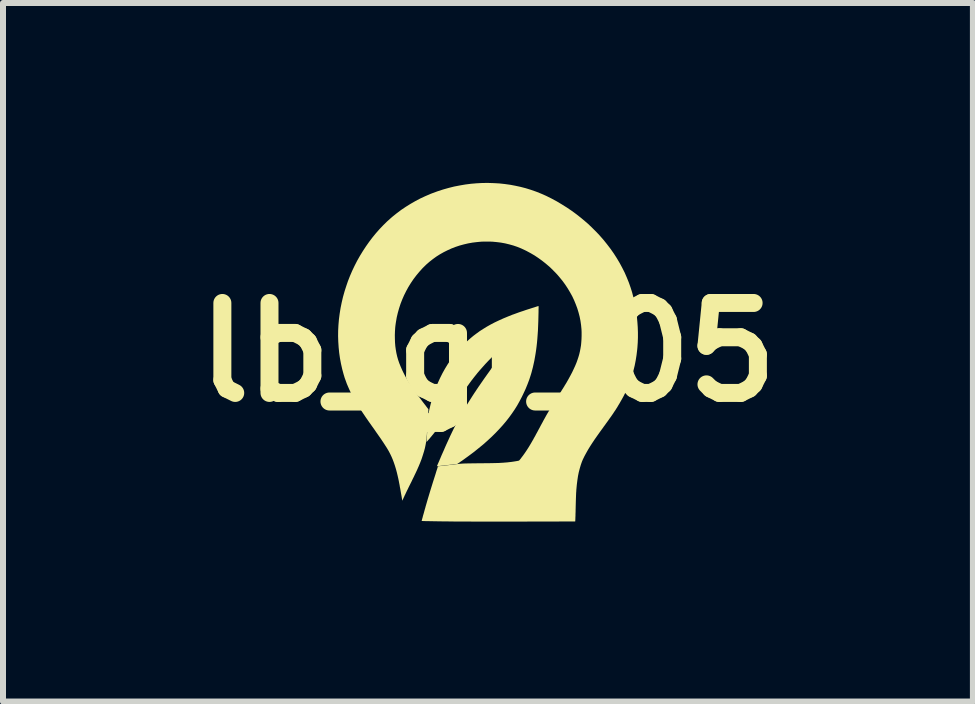
<source format=kicad_pcb>
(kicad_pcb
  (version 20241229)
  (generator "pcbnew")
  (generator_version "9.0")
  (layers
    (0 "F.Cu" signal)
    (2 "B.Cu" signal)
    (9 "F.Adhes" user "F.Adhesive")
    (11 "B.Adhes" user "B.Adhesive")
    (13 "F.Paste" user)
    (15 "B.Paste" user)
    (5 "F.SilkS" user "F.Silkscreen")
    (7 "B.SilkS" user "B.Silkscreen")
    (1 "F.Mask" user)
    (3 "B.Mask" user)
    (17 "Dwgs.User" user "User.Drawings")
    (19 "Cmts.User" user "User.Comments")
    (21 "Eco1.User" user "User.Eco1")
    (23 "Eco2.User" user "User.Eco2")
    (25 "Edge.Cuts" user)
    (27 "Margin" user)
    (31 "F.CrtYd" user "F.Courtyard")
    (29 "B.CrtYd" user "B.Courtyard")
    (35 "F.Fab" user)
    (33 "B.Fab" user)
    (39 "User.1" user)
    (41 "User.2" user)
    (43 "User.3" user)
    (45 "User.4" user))
  (footprint "lb_gr_05"
    (layer "F.Cu")
    (at 5.086 2.823)
    (property "Reference" "lb_gr_05" (at 0 0 0) (layer "F.SilkS") (effects (font (size 1.5 1.5) (thickness 0.3))))
    (attr board_only exclude_from_pos_files exclude_from_bom)
    (fp_poly (pts (xy 0.842 -0.77) (xy 0.843 -0.769) (xy 0.843 -0.767) (xy 0.843 -0.764) (xy 0.844 -0.759) (xy 0.844 -0.752) (xy 0.844 -0.743) (xy 0.844 -0.731) (xy 0.843 -0.717) (xy 0.843 -0.699) (xy 0.843 -0.678) (xy 0.843 -0.678) (xy 0.841 -0.594) (xy 0.839 -0.514) (xy 0.836 -0.437) (xy 0.833 -0.363) (xy 0.828 -0.292) (xy 0.823 -0.224) (xy 0.817 -0.158) (xy 0.81 -0.095) (xy 0.802 -0.033) (xy 0.793 0.026) (xy 0.783 0.084) (xy 0.773 0.14) (xy 0.761 0.195) (xy 0.749 0.249) (xy 0.735 0.302) (xy 0.724 0.344) (xy 0.712 0.383) (xy 0.7 0.42) (xy 0.688 0.457) (xy 0.674 0.494) (xy 0.66 0.531) (xy 0.645 0.568) (xy 0.629 0.607) (xy 0.611 0.647) (xy 0.591 0.689) (xy 0.57 0.733) (xy 0.56 0.753) (xy 0.524 0.821) (xy 0.486 0.889) (xy 0.444 0.956) (xy 0.399 1.022) (xy 0.351 1.088) (xy 0.3 1.153) (xy 0.245 1.218) (xy 0.187 1.282) (xy 0.126 1.346) (xy 0.061 1.41) (xy -0.007 1.473) (xy -0.078 1.536) (xy -0.154 1.598) (xy -0.232 1.661) (xy -0.315 1.723) (xy -0.384 1.773) (xy -0.396 1.782) (xy -0.41 1.792) (xy -0.424 1.802) (xy -0.438 1.812) (xy -0.452 1.821) (xy -0.465 1.83) (xy -0.477 1.839) (xy -0.488 1.846) (xy -0.497 1.852) (xy -0.504 1.857) (xy -0.509 1.86) (xy -0.511 1.862) (xy -0.513 1.862) (xy -0.519 1.863) (xy -0.527 1.864) (xy -0.538 1.865) (xy -0.552 1.867) (xy -0.568 1.868) (xy -0.585 1.871) (xy -0.604 1.873) (xy -0.624 1.875) (xy -0.645 1.878) (xy -0.667 1.88) (xy -0.689 1.883) (xy -0.71 1.885) (xy -0.731 1.888) (xy -0.752 1.89) (xy -0.771 1.892) (xy -0.789 1.894) (xy -0.805 1.896) (xy -0.82 1.898) (xy -0.832 1.899) (xy -0.841 1.9) (xy -0.847 1.901) (xy -0.85 1.901) (xy -0.85 1.901) (xy -0.851 1.9) (xy -0.851 1.898) (xy -0.85 1.896) (xy -0.847 1.89) (xy -0.844 1.882) (xy -0.839 1.871) (xy -0.834 1.858) (xy -0.827 1.843) (xy -0.82 1.827) (xy -0.812 1.809) (xy -0.804 1.789) (xy -0.795 1.769) (xy -0.787 1.749) (xy -0.778 1.728) (xy -0.769 1.707) (xy -0.76 1.687) (xy -0.751 1.667) (xy -0.743 1.649) (xy -0.735 1.631) (xy -0.728 1.615) (xy -0.723 1.602) (xy -0.692 1.532) (xy -0.661 1.465) (xy -0.632 1.401) (xy -0.603 1.34) (xy -0.574 1.28) (xy -0.545 1.223) (xy -0.517 1.167) (xy -0.488 1.112) (xy -0.458 1.058) (xy -0.428 1.005) (xy -0.397 0.951) (xy -0.365 0.898) (xy -0.331 0.843) (xy -0.296 0.788) (xy -0.26 0.731) (xy -0.223 0.674) (xy -0.209 0.654) (xy -0.196 0.634) (xy -0.183 0.614) (xy -0.169 0.594) (xy -0.156 0.574) (xy -0.141 0.553) (xy -0.126 0.531) (xy -0.111 0.509) (xy -0.094 0.485) (xy -0.077 0.46) (xy -0.058 0.433) (xy -0.038 0.405) (xy -0.017 0.375) (xy 0.006 0.343) (xy 0.031 0.308) (xy 0.057 0.271) (xy 0.085 0.231) (xy 0.111 0.196) (xy 0.137 0.159) (xy 0.162 0.123) (xy 0.187 0.087) (xy 0.212 0.053) (xy 0.235 0.02) (xy 0.257 -0.011) (xy 0.278 -0.041) (xy 0.298 -0.07) (xy 0.317 -0.097) (xy 0.335 -0.122) (xy 0.351 -0.145) (xy 0.365 -0.166) (xy 0.378 -0.185) (xy 0.389 -0.201) (xy 0.398 -0.215) (xy 0.406 -0.227) (xy 0.411 -0.235) (xy 0.414 -0.24) (xy 0.415 -0.241) (xy 0.415 -0.242) (xy 0.414 -0.241) (xy 0.413 -0.24) (xy 0.41 -0.238) (xy 0.406 -0.234) (xy 0.4 -0.229) (xy 0.392 -0.222) (xy 0.381 -0.213) (xy 0.373 -0.206) (xy 0.304 -0.144) (xy 0.238 -0.084) (xy 0.176 -0.025) (xy 0.116 0.033) (xy 0.059 0.089) (xy 0.005 0.144) (xy -0.046 0.198) (xy -0.094 0.252) (xy -0.14 0.304) (xy -0.184 0.356) (xy -0.185 0.358) (xy -0.2 0.377) (xy -0.215 0.395) (xy -0.229 0.413) (xy -0.244 0.432) (xy -0.259 0.452) (xy -0.275 0.472) (xy -0.291 0.494) (xy -0.308 0.517) (xy -0.325 0.541) (xy -0.343 0.566) (xy -0.363 0.593) (xy -0.383 0.623) (xy -0.405 0.654) (xy -0.428 0.687) (xy -0.453 0.723) (xy -0.479 0.761) (xy -0.508 0.802) (xy -0.538 0.845) (xy -0.55 0.864) (xy -0.581 0.91) (xy -0.611 0.952) (xy -0.638 0.992) (xy -0.664 1.029) (xy -0.688 1.064) (xy -0.711 1.097) (xy -0.733 1.127) (xy -0.754 1.157) (xy -0.774 1.184) (xy -0.793 1.21) (xy -0.812 1.235) (xy -0.83 1.259) (xy -0.847 1.282) (xy -0.865 1.305) (xy -0.882 1.327) (xy -0.9 1.349) (xy -0.917 1.371) (xy -0.919 1.373) (xy -0.93 1.386) (xy -0.941 1.4) (xy -0.953 1.414) (xy -0.964 1.427) (xy -0.975 1.441) (xy -0.986 1.453) (xy -0.996 1.464) (xy -1.004 1.474) (xy -1.012 1.483) (xy -1.018 1.489) (xy -1.022 1.493) (xy -1.024 1.495) (xy -1.024 1.495) (xy -1.024 1.493) (xy -1.024 1.488) (xy -1.023 1.48) (xy -1.023 1.469) (xy -1.022 1.457) (xy -1.021 1.444) (xy -1.021 1.44) (xy -1.02 1.426) (xy -1.019 1.409) (xy -1.017 1.39) (xy -1.016 1.37) (xy -1.015 1.348) (xy -1.014 1.327) (xy -1.012 1.307) (xy -1.012 1.303) (xy -1.01 1.267) (xy -1.008 1.234) (xy -1.007 1.205) (xy -1.005 1.178) (xy -1.004 1.155) (xy -1.002 1.133) (xy -1.001 1.114) (xy -0.999 1.097) (xy -0.998 1.082) (xy -0.997 1.067) (xy -0.995 1.054) (xy -0.994 1.042) (xy -0.992 1.03) (xy -0.99 1.019) (xy -0.988 1.008) (xy -0.986 0.997) (xy -0.984 0.985) (xy -0.981 0.972) (xy -0.978 0.959) (xy -0.975 0.944) (xy -0.953 0.853) (xy -0.928 0.764) (xy -0.9 0.677) (xy -0.869 0.592) (xy -0.835 0.509) (xy -0.798 0.428) (xy -0.759 0.35) (xy -0.716 0.273) (xy -0.671 0.199) (xy -0.623 0.128) (xy -0.572 0.059) (xy -0.519 -0.008) (xy -0.485 -0.047) (xy -0.466 -0.068) (xy -0.445 -0.09) (xy -0.422 -0.113) (xy -0.397 -0.137) (xy -0.371 -0.162) (xy -0.345 -0.186) (xy -0.318 -0.21) (xy -0.292 -0.233) (xy -0.266 -0.255) (xy -0.244 -0.273) (xy -0.191 -0.313) (xy -0.136 -0.353) (xy -0.078 -0.39) (xy -0.018 -0.427) (xy 0.046 -0.463) (xy 0.113 -0.498) (xy 0.183 -0.531) (xy 0.256 -0.564) (xy 0.333 -0.596) (xy 0.413 -0.628) (xy 0.426 -0.632) (xy 0.453 -0.642) (xy 0.483 -0.653) (xy 0.516 -0.665) (xy 0.551 -0.677) (xy 0.588 -0.689) (xy 0.625 -0.702) (xy 0.662 -0.714) (xy 0.7 -0.726) (xy 0.737 -0.738) (xy 0.773 -0.749) (xy 0.806 -0.76) (xy 0.838 -0.77) (xy 0.841 -0.77) (xy 0.841 -0.771)) (stroke (width 0) (type solid)) (fill yes) (layer "F.SilkS"))
    (fp_poly (pts (xy 0.093 -2.82) (xy 0.186 -2.815) (xy 0.279 -2.805) (xy 0.372 -2.792) (xy 0.451 -2.777) (xy 0.54 -2.758) (xy 0.629 -2.735) (xy 0.716 -2.708) (xy 0.802 -2.678) (xy 0.887 -2.644) (xy 0.971 -2.607) (xy 1.053 -2.566) (xy 1.061 -2.562) (xy 1.15 -2.514) (xy 1.235 -2.463) (xy 1.318 -2.411) (xy 1.399 -2.356) (xy 1.478 -2.298) (xy 1.555 -2.237) (xy 1.631 -2.173) (xy 1.677 -2.133) (xy 1.688 -2.123) (xy 1.7 -2.11) (xy 1.715 -2.097) (xy 1.731 -2.081) (xy 1.747 -2.065) (xy 1.764 -2.048) (xy 1.781 -2.031) (xy 1.798 -2.014) (xy 1.814 -1.998) (xy 1.829 -1.982) (xy 1.842 -1.969) (xy 1.853 -1.957) (xy 1.86 -1.949) (xy 1.925 -1.875) (xy 1.986 -1.799) (xy 2.044 -1.723) (xy 2.098 -1.646) (xy 2.148 -1.568) (xy 2.195 -1.489) (xy 2.238 -1.409) (xy 2.279 -1.328) (xy 2.315 -1.245) (xy 2.349 -1.161) (xy 2.378 -1.078) (xy 2.402 -1.002) (xy 2.423 -0.922) (xy 2.442 -0.841) (xy 2.458 -0.758) (xy 2.472 -0.674) (xy 2.483 -0.589) (xy 2.491 -0.503) (xy 2.497 -0.417) (xy 2.5 -0.331) (xy 2.5 -0.245) (xy 2.497 -0.16) (xy 2.491 -0.076) (xy 2.488 -0.045) (xy 2.477 0.046) (xy 2.463 0.135) (xy 2.446 0.222) (xy 2.425 0.307) (xy 2.401 0.391) (xy 2.374 0.473) (xy 2.343 0.553) (xy 2.31 0.633) (xy 2.289 0.677) (xy 2.276 0.702) (xy 2.262 0.73) (xy 2.246 0.759) (xy 2.229 0.79) (xy 2.211 0.821) (xy 2.193 0.853) (xy 2.174 0.884) (xy 2.156 0.915) (xy 2.138 0.943) (xy 2.129 0.958) (xy 2.119 0.973) (xy 2.109 0.987) (xy 2.099 1.002) (xy 2.089 1.018) (xy 2.078 1.034) (xy 2.066 1.051) (xy 2.054 1.069) (xy 2.04 1.088) (xy 2.025 1.109) (xy 2.009 1.132) (xy 1.991 1.157) (xy 1.971 1.184) (xy 1.95 1.214) (xy 1.926 1.246) (xy 1.922 1.253) (xy 1.893 1.292) (xy 1.867 1.328) (xy 1.843 1.362) (xy 1.82 1.394) (xy 1.8 1.423) (xy 1.78 1.451) (xy 1.763 1.477) (xy 1.746 1.502) (xy 1.731 1.525) (xy 1.716 1.548) (xy 1.702 1.57) (xy 1.689 1.591) (xy 1.676 1.612) (xy 1.664 1.633) (xy 1.657 1.645) (xy 1.639 1.677) (xy 1.622 1.708) (xy 1.607 1.736) (xy 1.594 1.763) (xy 1.582 1.787) (xy 1.573 1.809) (xy 1.566 1.825) (xy 1.547 1.88) (xy 1.53 1.938) (xy 1.514 1.999) (xy 1.501 2.063) (xy 1.491 2.13) (xy 1.482 2.2) (xy 1.479 2.23) (xy 1.477 2.252) (xy 1.475 2.274) (xy 1.473 2.295) (xy 1.472 2.318) (xy 1.47 2.341) (xy 1.469 2.365) (xy 1.468 2.39) (xy 1.467 2.417) (xy 1.466 2.446) (xy 1.465 2.478) (xy 1.464 2.512) (xy 1.463 2.55) (xy 1.462 2.59) (xy 1.462 2.597) (xy 1.461 2.624) (xy 1.461 2.651) (xy 1.46 2.677) (xy 1.459 2.701) (xy 1.459 2.724) (xy 1.458 2.745) (xy 1.457 2.763) (xy 1.457 2.779) (xy 1.456 2.792) (xy 1.456 2.802) (xy 1.455 2.809) (xy 1.455 2.81) (xy 1.454 2.821) (xy 1.145 2.822) (xy 1.076 2.822) (xy 1.006 2.823) (xy 0.936 2.823) (xy 0.866 2.823) (xy 0.795 2.823) (xy 0.725 2.823) (xy 0.655 2.823) (xy 0.585 2.824) (xy 0.516 2.824) (xy 0.448 2.824) (xy 0.381 2.824) (xy 0.315 2.824) (xy 0.25 2.824) (xy 0.187 2.824) (xy 0.126 2.824) (xy 0.066 2.824) (xy 0.009 2.824) (xy -0.046 2.824) (xy -0.098 2.824) (xy -0.148 2.824) (xy -0.195 2.824) (xy -0.239 2.824) (xy -0.28 2.823) (xy -0.317 2.823) (xy -0.343 2.823) (xy -0.379 2.823) (xy -0.416 2.823) (xy -0.454 2.822) (xy -0.493 2.822) (xy -0.531 2.822) (xy -0.57 2.822) (xy -0.609 2.821) (xy -0.648 2.821) (xy -0.686 2.82) (xy -0.724 2.82) (xy -0.761 2.82) (xy -0.797 2.819) (xy -0.832 2.819) (xy -0.866 2.818) (xy -0.898 2.818) (xy -0.929 2.817) (xy -0.957 2.817) (xy -0.984 2.816) (xy -1.009 2.816) (xy -1.031 2.816) (xy -1.051 2.815) (xy -1.068 2.815) (xy -1.082 2.814) (xy -1.093 2.814) (xy -1.101 2.814) (xy -1.105 2.813) (xy -1.106 2.813) (xy -1.105 2.811) (xy -1.104 2.806) (xy -1.102 2.798) (xy -1.099 2.787) (xy -1.096 2.774) (xy -1.091 2.758) (xy -1.087 2.741) (xy -1.082 2.722) (xy -1.076 2.702) (xy -1.07 2.681) (xy -1.064 2.659) (xy -1.058 2.637) (xy -1.052 2.615) (xy -1.045 2.593) (xy -1.043 2.583) (xy -1.003 2.445) (xy -0.961 2.306) (xy -0.918 2.167) (xy -0.873 2.026) (xy -0.87 2.016) (xy -0.865 1.999) (xy -0.86 1.983) (xy -0.855 1.967) (xy -0.85 1.953) (xy -0.846 1.941) (xy -0.843 1.93) (xy -0.841 1.923) (xy -0.84 1.922) (xy -0.837 1.913) (xy -0.834 1.906) (xy -0.832 1.902) (xy -0.831 1.901) (xy -0.829 1.901) (xy -0.823 1.901) (xy -0.815 1.9) (xy -0.803 1.898) (xy -0.788 1.897) (xy -0.771 1.895) (xy -0.752 1.892) (xy -0.731 1.89) (xy -0.708 1.887) (xy -0.684 1.885) (xy -0.658 1.882) (xy -0.637 1.879) (xy -0.605 1.875) (xy -0.575 1.872) (xy -0.549 1.869) (xy -0.526 1.866) (xy -0.505 1.864) (xy -0.487 1.862) (xy -0.471 1.86) (xy -0.457 1.859) (xy -0.444 1.858) (xy -0.433 1.857) (xy -0.423 1.856) (xy -0.414 1.856) (xy -0.405 1.855) (xy -0.4 1.855) (xy -0.393 1.855) (xy -0.381 1.854) (xy -0.367 1.854) (xy -0.349 1.854) (xy -0.33 1.853) (xy -0.308 1.853) (xy -0.284 1.853) (xy -0.258 1.852) (xy -0.231 1.852) (xy -0.203 1.852) (xy -0.174 1.851) (xy -0.144 1.851) (xy -0.132 1.851) (xy -0.09 1.851) (xy -0.052 1.85) (xy -0.017 1.85) (xy 0.016 1.85) (xy 0.045 1.849) (xy 0.073 1.849) (xy 0.097 1.848) (xy 0.12 1.848) (xy 0.142 1.847) (xy 0.162 1.847) (xy 0.18 1.846) (xy 0.198 1.845) (xy 0.215 1.844) (xy 0.232 1.843) (xy 0.248 1.842) (xy 0.265 1.841) (xy 0.282 1.839) (xy 0.288 1.839) (xy 0.323 1.836) (xy 0.358 1.832) (xy 0.393 1.828) (xy 0.427 1.823) (xy 0.458 1.818) (xy 0.487 1.813) (xy 0.491 1.812) (xy 0.499 1.811) (xy 0.506 1.809) (xy 0.511 1.808) (xy 0.515 1.807) (xy 0.519 1.804) (xy 0.523 1.801) (xy 0.528 1.796) (xy 0.533 1.789) (xy 0.54 1.781) (xy 0.549 1.77) (xy 0.552 1.765) (xy 0.584 1.723) (xy 0.616 1.678) (xy 0.649 1.629) (xy 0.682 1.577) (xy 0.715 1.522) (xy 0.749 1.463) (xy 0.756 1.452) (xy 0.762 1.439) (xy 0.769 1.427) (xy 0.776 1.414) (xy 0.784 1.401) (xy 0.792 1.386) (xy 0.8 1.37) (xy 0.81 1.352) (xy 0.821 1.332) (xy 0.833 1.31) (xy 0.846 1.285) (xy 0.859 1.262) (xy 0.877 1.227) (xy 0.895 1.194) (xy 0.911 1.165) (xy 0.925 1.138) (xy 0.939 1.113) (xy 0.952 1.09) (xy 0.964 1.068) (xy 0.975 1.048) (xy 0.986 1.029) (xy 0.997 1.01) (xy 1.008 0.992) (xy 1.019 0.973) (xy 1.031 0.955) (xy 1.042 0.936) (xy 1.047 0.928) (xy 1.054 0.917) (xy 1.062 0.904) (xy 1.07 0.891) (xy 1.078 0.877) (xy 1.085 0.866) (xy 1.091 0.856) (xy 1.099 0.843) (xy 1.108 0.828) (xy 1.119 0.812) (xy 1.13 0.793) (xy 1.142 0.774) (xy 1.155 0.755) (xy 1.167 0.735) (xy 1.178 0.717) (xy 1.196 0.689) (xy 1.212 0.664) (xy 1.226 0.641) (xy 1.239 0.62) (xy 1.251 0.602) (xy 1.261 0.585) (xy 1.271 0.57) (xy 1.279 0.555) (xy 1.288 0.541) (xy 1.296 0.528) (xy 1.304 0.515) (xy 1.31 0.505) (xy 1.344 0.445) (xy 1.375 0.388) (xy 1.404 0.333) (xy 1.429 0.28) (xy 1.453 0.228) (xy 1.474 0.178) (xy 1.492 0.128) (xy 1.508 0.08) (xy 1.522 0.032) (xy 1.533 -0.015) (xy 1.542 -0.062) (xy 1.55 -0.109) (xy 1.553 -0.135) (xy 1.555 -0.159) (xy 1.557 -0.186) (xy 1.559 -0.214) (xy 1.56 -0.244) (xy 1.561 -0.274) (xy 1.561 -0.304) (xy 1.561 -0.332) (xy 1.56 -0.359) (xy 1.559 -0.382) (xy 1.559 -0.383) (xy 1.552 -0.454) (xy 1.542 -0.524) (xy 1.528 -0.594) (xy 1.51 -0.663) (xy 1.489 -0.732) (xy 1.464 -0.799) (xy 1.436 -0.867) (xy 1.405 -0.933) (xy 1.369 -0.998) (xy 1.331 -1.062) (xy 1.289 -1.126) (xy 1.244 -1.188) (xy 1.195 -1.248) (xy 1.162 -1.287) (xy 1.152 -1.298) (xy 1.139 -1.312) (xy 1.125 -1.327) (xy 1.109 -1.343) (xy 1.093 -1.359) (xy 1.077 -1.376) (xy 1.061 -1.391) (xy 1.046 -1.406) (xy 1.033 -1.418) (xy 1.021 -1.429) (xy 1.021 -1.429) (xy 0.961 -1.48) (xy 0.9 -1.528) (xy 0.839 -1.572) (xy 0.776 -1.614) (xy 0.711 -1.652) (xy 0.644 -1.688) (xy 0.622 -1.699) (xy 0.558 -1.729) (xy 0.492 -1.756) (xy 0.425 -1.779) (xy 0.357 -1.798) (xy 0.287 -1.815) (xy 0.216 -1.828) (xy 0.143 -1.837) (xy 0.068 -1.844) (xy 0.055 -1.844) (xy 0.038 -1.845) (xy 0.02 -1.845) (xy -0.000456 -1.845) (xy -0.021 -1.845) (xy -0.042 -1.845) (xy -0.062 -1.845) (xy -0.081 -1.845) (xy -0.097 -1.844) (xy -0.108 -1.844) (xy -0.183 -1.837) (xy -0.258 -1.828) (xy -0.331 -1.815) (xy -0.403 -1.798) (xy -0.473 -1.779) (xy -0.542 -1.756) (xy -0.609 -1.73) (xy -0.675 -1.7) (xy -0.739 -1.668) (xy -0.801 -1.633) (xy -0.861 -1.595) (xy -0.919 -1.553) (xy -0.975 -1.509) (xy -1.029 -1.462) (xy -1.08 -1.412) (xy -1.093 -1.399) (xy -1.145 -1.341) (xy -1.195 -1.281) (xy -1.242 -1.219) (xy -1.286 -1.154) (xy -1.327 -1.088) (xy -1.364 -1.02) (xy -1.399 -0.95) (xy -1.43 -0.879) (xy -1.458 -0.807) (xy -1.482 -0.733) (xy -1.503 -0.659) (xy -1.521 -0.583) (xy -1.534 -0.507) (xy -1.535 -0.501) (xy -1.54 -0.468) (xy -1.544 -0.438) (xy -1.547 -0.408) (xy -1.549 -0.377) (xy -1.551 -0.346) (xy -1.552 -0.312) (xy -1.553 -0.289) (xy -1.552 -0.224) (xy -1.55 -0.162) (xy -1.545 -0.101) (xy -1.537 -0.043) (xy -1.527 0.014) (xy -1.514 0.071) (xy -1.498 0.127) (xy -1.479 0.182) (xy -1.456 0.239) (xy -1.431 0.296) (xy -1.42 0.319) (xy -1.407 0.346) (xy -1.393 0.373) (xy -1.379 0.4) (xy -1.364 0.427) (xy -1.348 0.454) (xy -1.331 0.482) (xy -1.313 0.51) (xy -1.294 0.54) (xy -1.274 0.57) (xy -1.252 0.602) (xy -1.229 0.636) (xy -1.204 0.671) (xy -1.177 0.708) (xy -1.148 0.747) (xy -1.117 0.788) (xy -1.084 0.832) (xy -1.057 0.867) (xy -1.046 0.881) (xy -1.035 0.895) (xy -1.026 0.908) (xy -1.017 0.919) (xy -1.01 0.929) (xy -1.004 0.936) (xy -1 0.942) (xy -0.998 0.944) (xy -0.993 0.951) (xy -0.997 1.015) (xy -0.998 1.032) (xy -1 1.051) (xy -1.001 1.073) (xy -1.002 1.095) (xy -1.004 1.118) (xy -1.005 1.14) (xy -1.006 1.161) (xy -1.007 1.162) (xy -1.009 1.2) (xy -1.011 1.235) (xy -1.013 1.266) (xy -1.014 1.294) (xy -1.016 1.319) (xy -1.017 1.342) (xy -1.018 1.362) (xy -1.019 1.379) (xy -1.021 1.395) (xy -1.022 1.409) (xy -1.023 1.422) (xy -1.023 1.433) (xy -1.024 1.442) (xy -1.025 1.451) (xy -1.026 1.459) (xy -1.027 1.467) (xy -1.028 1.474) (xy -1.029 1.481) (xy -1.029 1.482) (xy -1.039 1.538) (xy -1.051 1.596) (xy -1.067 1.655) (xy -1.086 1.716) (xy -1.107 1.78) (xy -1.132 1.845) (xy -1.155 1.9) (xy -1.162 1.916) (xy -1.169 1.931) (xy -1.175 1.946) (xy -1.182 1.961) (xy -1.189 1.977) (xy -1.197 1.993) (xy -1.205 2.011) (xy -1.214 2.029) (xy -1.224 2.05) (xy -1.234 2.072) (xy -1.246 2.096) (xy -1.259 2.122) (xy -1.273 2.152) (xy -1.289 2.184) (xy -1.292 2.19) (xy -1.309 2.224) (xy -1.324 2.254) (xy -1.337 2.282) (xy -1.35 2.307) (xy -1.361 2.33) (xy -1.371 2.351) (xy -1.38 2.371) (xy -1.389 2.388) (xy -1.396 2.405) (xy -1.404 2.421) (xy -1.411 2.437) (xy -1.414 2.443) (xy -1.428 2.475) (xy -1.432 2.454) (xy -1.433 2.448) (xy -1.435 2.438) (xy -1.437 2.426) (xy -1.439 2.411) (xy -1.442 2.395) (xy -1.445 2.379) (xy -1.448 2.361) (xy -1.449 2.357) (xy -1.456 2.316) (xy -1.462 2.279) (xy -1.469 2.245) (xy -1.474 2.213) (xy -1.48 2.184) (xy -1.485 2.157) (xy -1.49 2.132) (xy -1.495 2.108) (xy -1.5 2.086) (xy -1.505 2.064) (xy -1.51 2.043) (xy -1.515 2.022) (xy -1.518 2.009) (xy -1.534 1.949) (xy -1.551 1.893) (xy -1.569 1.84) (xy -1.588 1.789) (xy -1.609 1.74) (xy -1.631 1.694) (xy -1.655 1.648) (xy -1.681 1.604) (xy -1.689 1.591) (xy -1.701 1.572) (xy -1.713 1.554) (xy -1.725 1.535) (xy -1.737 1.517) (xy -1.749 1.498) (xy -1.763 1.478) (xy -1.776 1.458) (xy -1.791 1.436) (xy -1.807 1.413) (xy -1.824 1.389) (xy -1.842 1.363) (xy -1.862 1.335) (xy -1.883 1.304) (xy -1.906 1.271) (xy -1.932 1.235) (xy -1.933 1.234) (xy -1.955 1.202) (xy -1.976 1.173) (xy -1.995 1.146) (xy -2.012 1.121) (xy -2.029 1.097) (xy -2.044 1.075) (xy -2.058 1.054) (xy -2.072 1.033) (xy -2.086 1.013) (xy -2.091 1.005) (xy -2.13 0.946) (xy -2.166 0.889) (xy -2.2 0.833) (xy -2.231 0.78) (xy -2.259 0.727) (xy -2.286 0.676) (xy -2.31 0.626) (xy -2.332 0.576) (xy -2.353 0.527) (xy -2.371 0.477) (xy -2.389 0.428) (xy -2.404 0.378) (xy -2.407 0.368) (xy -2.431 0.279) (xy -2.451 0.19) (xy -2.468 0.099) (xy -2.481 0.008) (xy -2.49 -0.083) (xy -2.496 -0.176) (xy -2.499 -0.268) (xy -2.498 -0.362) (xy -2.493 -0.455) (xy -2.485 -0.549) (xy -2.473 -0.642) (xy -2.458 -0.736) (xy -2.439 -0.83) (xy -2.417 -0.923) (xy -2.391 -1.016) (xy -2.361 -1.109) (xy -2.335 -1.185) (xy -2.301 -1.272) (xy -2.264 -1.358) (xy -2.224 -1.442) (xy -2.181 -1.526) (xy -2.135 -1.607) (xy -2.086 -1.687) (xy -2.035 -1.765) (xy -1.982 -1.84) (xy -1.926 -1.914) (xy -1.868 -1.985) (xy -1.808 -2.053) (xy -1.746 -2.118) (xy -1.682 -2.181) (xy -1.616 -2.24) (xy -1.588 -2.264) (xy -1.518 -2.32) (xy -1.446 -2.374) (xy -1.37 -2.425) (xy -1.293 -2.473) (xy -1.213 -2.519) (xy -1.132 -2.562) (xy -1.048 -2.601) (xy -0.963 -2.638) (xy -0.927 -2.652) (xy -0.837 -2.685) (xy -0.747 -2.714) (xy -0.655 -2.74) (xy -0.563 -2.763) (xy -0.47 -2.781) (xy -0.377 -2.797) (xy -0.283 -2.809) (xy -0.189 -2.817) (xy -0.095 -2.822) (xy -0.001 -2.823)) (stroke (width 0) (type solid)) (fill yes) (layer "F.SilkS")))
  (gr_rect
    (start -3 -3)
    (end 13.171 8.647)
    (stroke (width 0.1) (type default))
    (fill no)
    (layer "Edge.Cuts")))
</source>
